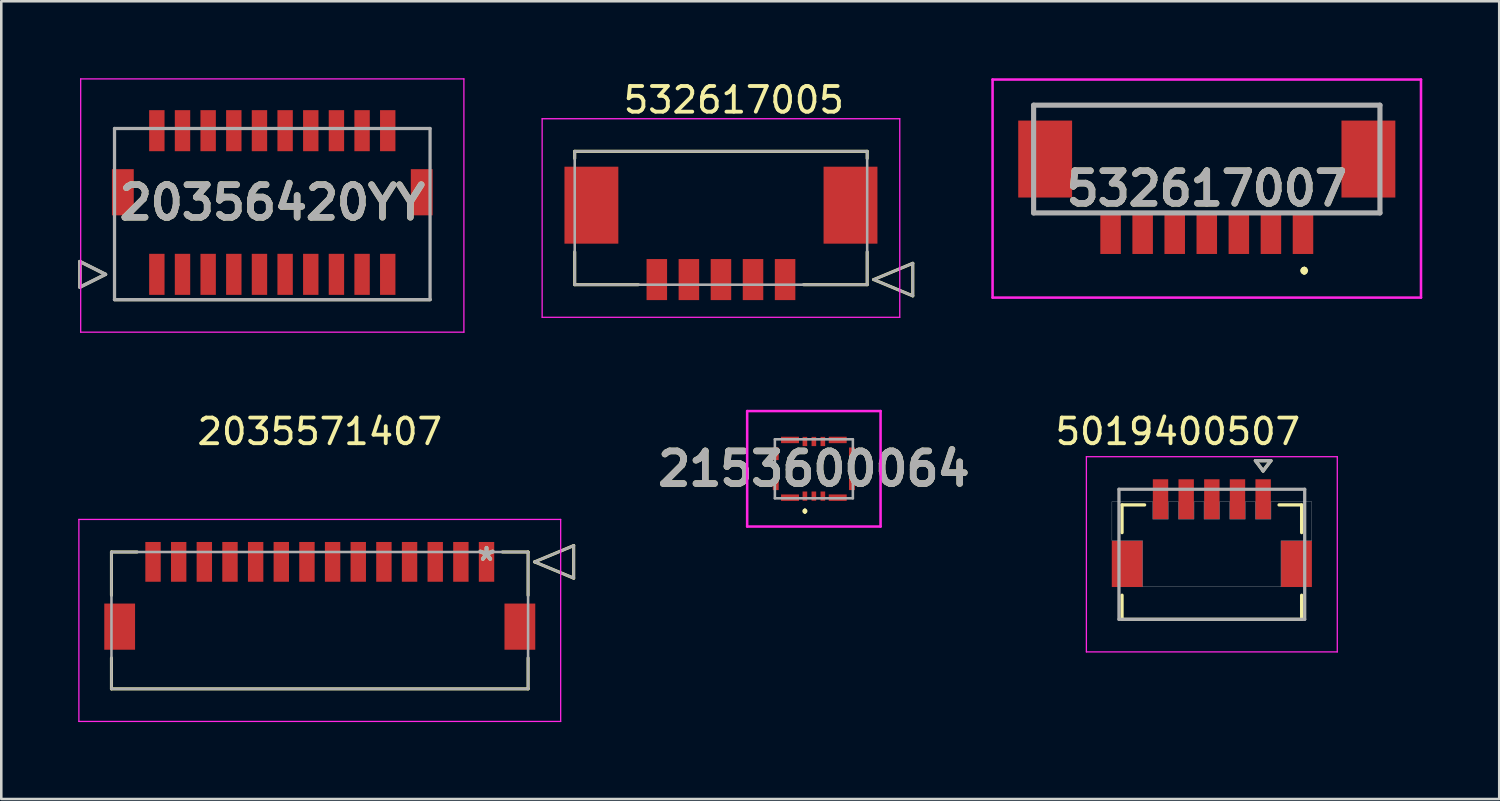
<source format=kicad_pcb>
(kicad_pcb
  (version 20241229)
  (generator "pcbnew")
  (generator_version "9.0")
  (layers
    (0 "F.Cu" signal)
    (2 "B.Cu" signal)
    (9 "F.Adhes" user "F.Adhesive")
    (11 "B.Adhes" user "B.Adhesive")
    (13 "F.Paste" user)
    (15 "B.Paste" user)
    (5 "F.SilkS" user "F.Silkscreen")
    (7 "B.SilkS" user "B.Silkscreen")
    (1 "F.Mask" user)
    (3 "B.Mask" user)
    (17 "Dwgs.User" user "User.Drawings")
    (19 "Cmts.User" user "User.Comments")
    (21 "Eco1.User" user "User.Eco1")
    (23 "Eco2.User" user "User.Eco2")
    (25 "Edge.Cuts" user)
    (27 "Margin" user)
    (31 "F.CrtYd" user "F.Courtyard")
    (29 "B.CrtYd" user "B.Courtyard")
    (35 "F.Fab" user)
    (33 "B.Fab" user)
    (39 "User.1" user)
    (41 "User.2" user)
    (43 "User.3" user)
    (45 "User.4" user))
  (footprint "2035571407"
    (layer "F.Cu")
    (at 15.915 18.852)
    (property "Reference" "2035571407" (at -6.5 -5.08 0) (layer "F.SilkS") (effects (font (size 1 1) (thickness 0.15))))
    (attr smd)
    (fp_line (start -14.62 -0.385) (end -14.62 1.305) (stroke (width 0.12) (type solid)) (layer "F.SilkS"))
    (fp_line (start -14.62 3.745) (end -14.62 4.95) (stroke (width 0.12) (type solid)) (layer "F.SilkS"))
    (fp_line (start -14.62 4.95) (end 1.62 4.95) (stroke (width 0.12) (type solid)) (layer "F.SilkS"))
    (fp_line (start -13.62 -0.385) (end -14.62 -0.385) (stroke (width 0.12) (type solid)) (layer "F.SilkS"))
    (fp_line (start 1.62 -0.385) (end 0.62 -0.385) (stroke (width 0.12) (type solid)) (layer "F.SilkS"))
    (fp_line (start 1.62 1.305) (end 1.62 -0.385) (stroke (width 0.12) (type solid)) (layer "F.SilkS"))
    (fp_line (start 1.62 4.95) (end 1.62 3.745) (stroke (width 0.12) (type solid)) (layer "F.SilkS"))
    (fp_line (start 1.874 0) (end 3.398 -0.635) (stroke (width 0.12) (type solid)) (layer "F.SilkS"))
    (fp_line (start 3.398 -0.635) (end 3.398 0.635) (stroke (width 0.12) (type solid)) (layer "F.SilkS"))
    (fp_line (start 3.398 0.635) (end 1.874 0) (stroke (width 0.12) (type solid)) (layer "F.SilkS"))
    (fp_line (start -15.89 -1.655) (end -15.89 6.22) (stroke (width 0.05) (type solid)) (layer "F.CrtYd"))
    (fp_line (start -15.89 6.22) (end 2.89 6.22) (stroke (width 0.05) (type solid)) (layer "F.CrtYd"))
    (fp_line (start 2.89 -1.655) (end -15.89 -1.655) (stroke (width 0.05) (type solid)) (layer "F.CrtYd"))
    (fp_line (start 2.89 6.22) (end 2.89 -1.655) (stroke (width 0.05) (type solid)) (layer "F.CrtYd"))
    (fp_line (start -14.62 -0.385) (end -14.62 4.95) (stroke (width 0.1) (type solid)) (layer "F.Fab"))
    (fp_line (start -14.62 4.95) (end 1.62 4.95) (stroke (width 0.1) (type solid)) (layer "F.Fab"))
    (fp_line (start 1.62 -0.385) (end -14.62 -0.385) (stroke (width 0.1) (type solid)) (layer "F.Fab"))
    (fp_line (start 1.62 4.95) (end 1.62 -0.385) (stroke (width 0.1) (type solid)) (layer "F.Fab"))
    (fp_line (start 1.874 0) (end 3.398 -0.635) (stroke (width 0.1) (type solid)) (layer "F.Fab"))
    (fp_line (start 3.398 -0.635) (end 3.398 0.635) (stroke (width 0.1) (type solid)) (layer "F.Fab"))
    (fp_line (start 3.398 0.635) (end 1.874 0) (stroke (width 0.1) (type solid)) (layer "F.Fab"))
    (fp_text user "*" (at 0 0 0) (layer "F.SilkS") (effects (font (size 1 1) (thickness 0.15))))
    (fp_text user "*" (at 0 0 0) (layer "F.Fab") (effects (font (size 1 1) (thickness 0.15))))
    (pad "1" smd rect (at 0 0) (size 0.6 1.55) (layers "F.Cu" "F.Mask" "F.Paste"))
    (pad "2" smd rect (at -1 0) (size 0.6 1.55) (layers "F.Cu" "F.Mask" "F.Paste"))
    (pad "3" smd rect (at -2 0) (size 0.6 1.55) (layers "F.Cu" "F.Mask" "F.Paste"))
    (pad "4" smd rect (at -3 0) (size 0.6 1.55) (layers "F.Cu" "F.Mask" "F.Paste"))
    (pad "5" smd rect (at -4 0) (size 0.6 1.55) (layers "F.Cu" "F.Mask" "F.Paste"))
    (pad "6" smd rect (at -5 0) (size 0.6 1.55) (layers "F.Cu" "F.Mask" "F.Paste"))
    (pad "7" smd rect (at -6 0) (size 0.6 1.55) (layers "F.Cu" "F.Mask" "F.Paste"))
    (pad "8" smd rect (at -7 0) (size 0.6 1.55) (layers "F.Cu" "F.Mask" "F.Paste"))
    (pad "9" smd rect (at -8 0) (size 0.6 1.55) (layers "F.Cu" "F.Mask" "F.Paste"))
    (pad "10" smd rect (at -9 0) (size 0.6 1.55) (layers "F.Cu" "F.Mask" "F.Paste"))
    (pad "11" smd rect (at -10 0) (size 0.6 1.55) (layers "F.Cu" "F.Mask" "F.Paste"))
    (pad "12" smd rect (at -11 0) (size 0.6 1.55) (layers "F.Cu" "F.Mask" "F.Paste"))
    (pad "13" smd rect (at -12 0) (size 0.6 1.55) (layers "F.Cu" "F.Mask" "F.Paste"))
    (pad "14" smd rect (at -13 0) (size 0.6 1.55) (layers "F.Cu" "F.Mask" "F.Paste"))
    (pad "15" smd rect (at 1.3 2.525) (size 1.2 1.8) (layers "F.Cu" "F.Mask" "F.Paste"))
    (pad "16" smd rect (at -14.3 2.525) (size 1.2 1.8) (layers "F.Cu" "F.Mask" "F.Paste")))
  (footprint "20356420YY"
    (layer "F.Cu")
    (at 7.564 4.844)
    (property "Reference" "20356420YY" (at 0 0 0) (layer "F.SilkS") (effects (font (size 1.27 1.27) (thickness 0.254))))
    (attr smd)
    (fp_line (start -7.5 2.3) (end -6.5 2.8) (stroke (width 0.127) (type solid)) (layer "F.SilkS"))
    (fp_line (start -7.5 3.3) (end -7.5 2.3) (stroke (width 0.127) (type solid)) (layer "F.SilkS"))
    (fp_line (start -6.5 2.8) (end -7.5 3.3) (stroke (width 0.127) (type solid)) (layer "F.SilkS"))
    (fp_line (start 6.15 3.785) (end -6.15 3.785) (stroke (width 0.127) (type solid)) (layer "F.SilkS"))
    (fp_line (start -7.469 -4.819) (end 7.469 -4.819) (stroke (width 0.05) (type solid)) (layer "F.CrtYd"))
    (fp_line (start -7.469 5.055) (end -7.469 -4.819) (stroke (width 0.05) (type solid)) (layer "F.CrtYd"))
    (fp_line (start 7.469 -4.819) (end 7.469 5.055) (stroke (width 0.05) (type solid)) (layer "F.CrtYd"))
    (fp_line (start 7.469 5.055) (end -7.469 5.055) (stroke (width 0.05) (type solid)) (layer "F.CrtYd"))
    (fp_line (start -7.5 2.3) (end -6.5 2.8) (stroke (width 0.127) (type solid)) (layer "F.Fab"))
    (fp_line (start -7.5 3.3) (end -7.5 2.3) (stroke (width 0.127) (type solid)) (layer "F.Fab"))
    (fp_line (start -6.5 2.8) (end -7.5 3.3) (stroke (width 0.127) (type solid)) (layer "F.Fab"))
    (fp_line (start -6.15 -2.885) (end 6.15 -2.885) (stroke (width 0.127) (type solid)) (layer "F.Fab"))
    (fp_line (start -6.15 3.785) (end -6.15 -2.885) (stroke (width 0.127) (type solid)) (layer "F.Fab"))
    (fp_line (start 6.15 -2.885) (end 6.15 3.785) (stroke (width 0.127) (type solid)) (layer "F.Fab"))
    (fp_line (start 6.15 3.785) (end -6.15 3.785) (stroke (width 0.127) (type solid)) (layer "F.Fab"))
    (fp_text user "${REFERENCE}" (at 0 0 0) (layer "F.Fab") (effects (font (size 1.27 1.27) (thickness 0.254))))
    (pad "1" smd rect (at -4.5 2.8) (size 0.6 1.6) (layers "F.Cu" "F.Mask" "F.Paste"))
    (pad "2" smd rect (at -4.5 -2.8) (size 0.6 1.6) (layers "F.Cu" "F.Mask" "F.Paste"))
    (pad "3" smd rect (at -3.5 2.8) (size 0.6 1.6) (layers "F.Cu" "F.Mask" "F.Paste"))
    (pad "4" smd rect (at -3.5 -2.8) (size 0.6 1.6) (layers "F.Cu" "F.Mask" "F.Paste"))
    (pad "5" smd rect (at -2.5 2.8) (size 0.6 1.6) (layers "F.Cu" "F.Mask" "F.Paste"))
    (pad "6" smd rect (at -2.5 -2.8) (size 0.6 1.6) (layers "F.Cu" "F.Mask" "F.Paste"))
    (pad "7" smd rect (at -1.5 2.8) (size 0.6 1.6) (layers "F.Cu" "F.Mask" "F.Paste"))
    (pad "8" smd rect (at -1.5 -2.8) (size 0.6 1.6) (layers "F.Cu" "F.Mask" "F.Paste"))
    (pad "9" smd rect (at -0.5 2.8) (size 0.6 1.6) (layers "F.Cu" "F.Mask" "F.Paste"))
    (pad "10" smd rect (at -0.5 -2.8) (size 0.6 1.6) (layers "F.Cu" "F.Mask" "F.Paste"))
    (pad "11" smd rect (at 0.5 2.8) (size 0.6 1.6) (layers "F.Cu" "F.Mask" "F.Paste"))
    (pad "12" smd rect (at 0.5 -2.8) (size 0.6 1.6) (layers "F.Cu" "F.Mask" "F.Paste"))
    (pad "13" smd rect (at 1.5 2.8) (size 0.6 1.6) (layers "F.Cu" "F.Mask" "F.Paste"))
    (pad "14" smd rect (at 1.5 -2.8) (size 0.6 1.6) (layers "F.Cu" "F.Mask" "F.Paste"))
    (pad "15" smd rect (at 2.5 2.8) (size 0.6 1.6) (layers "F.Cu" "F.Mask" "F.Paste"))
    (pad "16" smd rect (at 2.5 -2.8) (size 0.6 1.6) (layers "F.Cu" "F.Mask" "F.Paste"))
    (pad "17" smd rect (at 3.5 2.8) (size 0.6 1.6) (layers "F.Cu" "F.Mask" "F.Paste"))
    (pad "18" smd rect (at 3.5 -2.8) (size 0.6 1.6) (layers "F.Cu" "F.Mask" "F.Paste"))
    (pad "19" smd rect (at 4.5 2.8) (size 0.6 1.6) (layers "F.Cu" "F.Mask" "F.Paste"))
    (pad "20" smd rect (at 4.5 -2.8) (size 0.6 1.6) (layers "F.Cu" "F.Mask" "F.Paste"))
    (pad "21" smd rect (at -5.825 -0.4) (size 0.85 1.8) (layers "F.Cu" "F.Mask" "F.Paste"))
    (pad "22" smd rect (at 5.825 -0.4) (size 0.85 1.8) (layers "F.Cu" "F.Mask" "F.Paste")))
  (footprint "532617005"
    (layer "F.Cu")
    (at 27.553 7.848)
    (property "Reference" "532617005" (at -2 -7 0) (layer "F.SilkS") (effects (font (size 1 1) (thickness 0.15))))
    (attr through_hole)
    (fp_line (start -8.2 -5) (end -8.2 -4.72) (stroke (width 0.12) (type solid)) (layer "F.SilkS"))
    (fp_line (start -8.2 -1.08) (end -8.2 0.2) (stroke (width 0.12) (type solid)) (layer "F.SilkS"))
    (fp_line (start -8.2 0.2) (end -5.72 0.2) (stroke (width 0.12) (type solid)) (layer "F.SilkS"))
    (fp_line (start 0.72 0.2) (end 3.2 0.2) (stroke (width 0.12) (type solid)) (layer "F.SilkS"))
    (fp_line (start 3.2 -5) (end -8.2 -5) (stroke (width 0.12) (type solid)) (layer "F.SilkS"))
    (fp_line (start 3.2 -4.72) (end 3.2 -5) (stroke (width 0.12) (type solid)) (layer "F.SilkS"))
    (fp_line (start 3.2 0.2) (end 3.2 -1.08) (stroke (width 0.12) (type solid)) (layer "F.SilkS"))
    (fp_line (start 3.454 0) (end 4.978 -0.635) (stroke (width 0.12) (type solid)) (layer "F.SilkS"))
    (fp_line (start 4.978 -0.635) (end 4.978 0.635) (stroke (width 0.12) (type solid)) (layer "F.SilkS"))
    (fp_line (start 4.978 0.635) (end 3.454 0) (stroke (width 0.12) (type solid)) (layer "F.SilkS"))
    (fp_line (start -9.47 -6.27) (end -9.47 1.47) (stroke (width 0.05) (type solid)) (layer "F.CrtYd"))
    (fp_line (start -9.47 1.47) (end 4.47 1.47) (stroke (width 0.05) (type solid)) (layer "F.CrtYd"))
    (fp_line (start 4.47 -6.27) (end -9.47 -6.27) (stroke (width 0.05) (type solid)) (layer "F.CrtYd"))
    (fp_line (start 4.47 1.47) (end 4.47 -6.27) (stroke (width 0.05) (type solid)) (layer "F.CrtYd"))
    (fp_line (start -8.2 -5) (end -8.2 0.2) (stroke (width 0.1) (type solid)) (layer "F.Fab"))
    (fp_line (start -8.2 0.2) (end 3.2 0.2) (stroke (width 0.1) (type solid)) (layer "F.Fab"))
    (fp_line (start 3.2 -5) (end -8.2 -5) (stroke (width 0.1) (type solid)) (layer "F.Fab"))
    (fp_line (start 3.2 0.2) (end 3.2 -5) (stroke (width 0.1) (type solid)) (layer "F.Fab"))
    (fp_line (start 3.454 0) (end 4.978 -0.635) (stroke (width 0.1) (type solid)) (layer "F.Fab"))
    (fp_line (start 4.978 -0.635) (end 4.978 0.635) (stroke (width 0.1) (type solid)) (layer "F.Fab"))
    (fp_line (start 4.978 0.635) (end 3.454 0) (stroke (width 0.1) (type solid)) (layer "F.Fab"))
    (pad "1" smd rect (at 0 0) (size 0.8 1.6) (layers "F.Cu" "F.Mask" "F.Paste"))
    (pad "2" smd rect (at -1.25 0) (size 0.8 1.6) (layers "F.Cu" "F.Mask" "F.Paste"))
    (pad "3" smd rect (at -2.5 0) (size 0.8 1.6) (layers "F.Cu" "F.Mask" "F.Paste"))
    (pad "4" smd rect (at -3.75 0) (size 0.8 1.6) (layers "F.Cu" "F.Mask" "F.Paste"))
    (pad "5" smd rect (at -5 0) (size 0.8 1.6) (layers "F.Cu" "F.Mask" "F.Paste"))
    (pad "6" smd rect (at 2.55 -2.9) (size 2.1 3) (layers "F.Cu" "F.Mask" "F.Paste"))
    (pad "7" smd rect (at -7.55 -2.9) (size 2.1 3) (layers "F.Cu" "F.Mask" "F.Paste")))
  (footprint "532617007"
    (layer "F.Cu")
    (at 43.991 3.15)
    (property "Reference" "532617007" (at 0 1.15 0) (layer "F.SilkS") (effects (font (size 1.27 1.27) (thickness 0.254))))
    (attr smd)
    (fp_line (start -6.75 -2.1) (end 6.75 -2.1) (stroke (width 0.1) (type solid)) (layer "F.SilkS"))
    (fp_line (start -6.75 -1.7) (end -6.75 -2.1) (stroke (width 0.1) (type solid)) (layer "F.SilkS"))
    (fp_line (start 3.8 4.3) (end 3.8 4.3) (stroke (width 0.2) (type solid)) (layer "F.SilkS"))
    (fp_line (start 3.8 4.3) (end 3.8 4.3) (stroke (width 0.2) (type solid)) (layer "F.SilkS"))
    (fp_line (start 3.8 4.4) (end 3.8 4.4) (stroke (width 0.2) (type solid)) (layer "F.SilkS"))
    (fp_line (start 6.75 -2.1) (end 6.75 -1.7) (stroke (width 0.1) (type solid)) (layer "F.SilkS"))
    (fp_arc (start 3.8 4.3) (mid 3.85 4.35) (end 3.8 4.4) (stroke (width 0.2) (type solid)) (layer "F.SilkS"))
    (fp_arc (start 3.8 4.4) (mid 3.75 4.35) (end 3.8 4.3) (stroke (width 0.2) (type solid)) (layer "F.SilkS"))
    (fp_arc (start 3.8 4.4) (mid 3.75 4.35) (end 3.8 4.3) (stroke (width 0.2) (type solid)) (layer "F.SilkS"))
    (fp_line (start -8.35 -3.1) (end 8.35 -3.1) (stroke (width 0.1) (type solid)) (layer "F.CrtYd"))
    (fp_line (start -8.35 5.4) (end -8.35 -3.1) (stroke (width 0.1) (type solid)) (layer "F.CrtYd"))
    (fp_line (start 8.35 -3.1) (end 8.35 5.4) (stroke (width 0.1) (type solid)) (layer "F.CrtYd"))
    (fp_line (start 8.35 5.4) (end -8.35 5.4) (stroke (width 0.1) (type solid)) (layer "F.CrtYd"))
    (fp_line (start -6.75 -2.1) (end 6.75 -2.1) (stroke (width 0.2) (type solid)) (layer "F.Fab"))
    (fp_line (start -6.75 2.1) (end -6.75 -2.1) (stroke (width 0.2) (type solid)) (layer "F.Fab"))
    (fp_line (start 6.75 -2.1) (end 6.75 2.1) (stroke (width 0.2) (type solid)) (layer "F.Fab"))
    (fp_line (start 6.75 2.1) (end -6.75 2.1) (stroke (width 0.2) (type solid)) (layer "F.Fab"))
    (fp_text user "${REFERENCE}" (at 0 1.15 0) (layer "F.Fab") (effects (font (size 1.27 1.27) (thickness 0.254))))
    (pad "1" smd rect (at 3.75 2.9) (size 0.8 1.6) (layers "F.Cu" "F.Mask" "F.Paste"))
    (pad "2" smd rect (at 2.5 2.9) (size 0.8 1.6) (layers "F.Cu" "F.Mask" "F.Paste"))
    (pad "3" smd rect (at 1.25 2.9) (size 0.8 1.6) (layers "F.Cu" "F.Mask" "F.Paste"))
    (pad "4" smd rect (at 0 2.9) (size 0.8 1.6) (layers "F.Cu" "F.Mask" "F.Paste"))
    (pad "5" smd rect (at -1.25 2.9) (size 0.8 1.6) (layers "F.Cu" "F.Mask" "F.Paste"))
    (pad "6" smd rect (at -2.5 2.9) (size 0.8 1.6) (layers "F.Cu" "F.Mask" "F.Paste"))
    (pad "7" smd rect (at -3.75 2.9) (size 0.8 1.6) (layers "F.Cu" "F.Mask" "F.Paste"))
    (pad "MP1" smd rect (at -6.3 0) (size 2.1 3) (layers "F.Cu" "F.Mask" "F.Paste"))
    (pad "MP2" smd rect (at 6.3 0) (size 2.1 3) (layers "F.Cu" "F.Mask" "F.Paste")))
  (footprint "2153600064"
    (layer "F.Cu")
    (at 28.675 15.224)
    (property "Reference" "2153600064" (at 0 0 0) (layer "F.SilkS") (effects (font (size 1.27 1.27) (thickness 0.254))))
    (attr smd)
    (fp_line (start -0.35 1.6) (end -0.35 1.6) (stroke (width 0.1) (type solid)) (layer "F.SilkS"))
    (fp_line (start -0.35 1.7) (end -0.35 1.7) (stroke (width 0.1) (type solid)) (layer "F.SilkS"))
    (fp_arc (start -0.35 1.6) (mid -0.3 1.65) (end -0.35 1.7) (stroke (width 0.1) (type solid)) (layer "F.SilkS"))
    (fp_arc (start -0.35 1.7) (mid -0.4 1.65) (end -0.35 1.6) (stroke (width 0.1) (type solid)) (layer "F.SilkS"))
    (fp_line (start -2.6 -2.25) (end 2.6 -2.25) (stroke (width 0.1) (type solid)) (layer "F.CrtYd"))
    (fp_line (start -2.6 2.25) (end -2.6 -2.25) (stroke (width 0.1) (type solid)) (layer "F.CrtYd"))
    (fp_line (start 2.6 -2.25) (end 2.6 2.25) (stroke (width 0.1) (type solid)) (layer "F.CrtYd"))
    (fp_line (start 2.6 2.25) (end -2.6 2.25) (stroke (width 0.1) (type solid)) (layer "F.CrtYd"))
    (fp_line (start -1.52 -1.15) (end 1.52 -1.15) (stroke (width 0.1) (type solid)) (layer "F.Fab"))
    (fp_line (start -1.52 1.15) (end -1.52 -1.15) (stroke (width 0.1) (type solid)) (layer "F.Fab"))
    (fp_line (start 1.52 -1.15) (end 1.52 1.15) (stroke (width 0.1) (type solid)) (layer "F.Fab"))
    (fp_line (start 1.52 1.15) (end -1.52 1.15) (stroke (width 0.1) (type solid)) (layer "F.Fab"))
    (fp_text user "${REFERENCE}" (at 0 0 0) (layer "F.Fab") (effects (font (size 1.27 1.27) (thickness 0.254))))
    (pad "1" smd rect (at -0.35 1.065) (size 0.18 0.36) (layers "F.Cu" "F.Mask" "F.Paste"))
    (pad "2" smd rect (at 0 1.065) (size 0.18 0.36) (layers "F.Cu" "F.Mask" "F.Paste"))
    (pad "3" smd rect (at 0.35 1.065) (size 0.18 0.36) (layers "F.Cu" "F.Mask" "F.Paste"))
    (pad "4" smd rect (at 0.35 -1.065) (size 0.18 0.36) (layers "F.Cu" "F.Mask" "F.Paste"))
    (pad "5" smd rect (at 0 -1.065) (size 0.18 0.36) (layers "F.Cu" "F.Mask" "F.Paste"))
    (pad "6" smd rect (at -0.35 -1.065) (size 0.18 0.36) (layers "F.Cu" "F.Mask" "F.Paste"))
    (pad "7" smd rect (at -1.485 -0.585) (size 0.23 0.49) (layers "F.Cu" "F.Mask" "F.Paste"))
    (pad "8" smd rect (at -1.485 0.585) (size 0.23 0.49) (layers "F.Cu" "F.Mask" "F.Paste"))
    (pad "9" smd rect (at 1.485 0.585) (size 0.23 0.49) (layers "F.Cu" "F.Mask" "F.Paste"))
    (pad "10" smd rect (at 1.485 -0.585) (size 0.23 0.49) (layers "F.Cu" "F.Mask" "F.Paste"))
    (pad "MP1" smd rect (at -0.93 1.125 90) (size 0.25 0.7) (layers "F.Cu" "F.Mask" "F.Paste"))
    (pad "MP2" smd rect (at 0.93 1.125 90) (size 0.25 0.7) (layers "F.Cu" "F.Mask" "F.Paste"))
    (pad "MP3" smd rect (at 0.93 -1.125 90) (size 0.25 0.7) (layers "F.Cu" "F.Mask" "F.Paste"))
    (pad "MP4" smd rect (at -0.93 -1.125 90) (size 0.25 0.7) (layers "F.Cu" "F.Mask" "F.Paste")))
  (footprint "5019400507"
    (layer "F.Cu")
    (at 44.188 18.557)
    (property "Reference" "5019400507" (at -1.325 -4.785 0) (layer "F.SilkS") (effects (font (size 1 1) (thickness 0.15))))
    (attr through_hole)
    (fp_poly (pts (xy -3.976 -0.601) (xy -2.624 -0.601) (xy -2.624 1.351) (xy -3.976 1.351)) (stroke (width 0.01) (type solid)) (fill yes) (layer "F.Mask"))
    (fp_poly (pts (xy -2.376 -3.001) (xy -1.624 -3.001) (xy -1.624 -1.299) (xy -2.376 -1.299)) (stroke (width 0.01) (type solid)) (fill yes) (layer "F.Mask"))
    (fp_poly (pts (xy -1.376 -3.001) (xy -0.624 -3.001) (xy -0.624 -1.299) (xy -1.376 -1.299)) (stroke (width 0.01) (type solid)) (fill yes) (layer "F.Mask"))
    (fp_poly (pts (xy -0.376 -3.001) (xy 0.376 -3.001) (xy 0.376 -1.299) (xy -0.376 -1.299)) (stroke (width 0.01) (type solid)) (fill yes) (layer "F.Mask"))
    (fp_poly (pts (xy 0.624 -3.001) (xy 1.376 -3.001) (xy 1.376 -1.299) (xy 0.624 -1.299)) (stroke (width 0.01) (type solid)) (fill yes) (layer "F.Mask"))
    (fp_poly (pts (xy 1.624 -3.001) (xy 2.376 -3.001) (xy 2.376 -1.299) (xy 1.624 -1.299)) (stroke (width 0.01) (type solid)) (fill yes) (layer "F.Mask"))
    (fp_poly (pts (xy 2.624 -0.601) (xy 3.976 -0.601) (xy 3.976 1.351) (xy 2.624 1.351)) (stroke (width 0.01) (type solid)) (fill yes) (layer "F.Mask"))
    (fp_line (start -3.5 -1.925) (end -2.62 -1.925) (stroke (width 0.127) (type solid)) (layer "F.SilkS"))
    (fp_line (start -3.5 -0.845) (end -3.5 -1.925) (stroke (width 0.127) (type solid)) (layer "F.SilkS"))
    (fp_line (start -3.5 2.535) (end -3.5 1.595) (stroke (width 0.127) (type solid)) (layer "F.SilkS"))
    (fp_line (start 1.7 -3.65) (end 2.3 -3.65) (stroke (width 0.127) (type solid)) (layer "F.SilkS"))
    (fp_line (start 2 -3.25) (end 1.7 -3.65) (stroke (width 0.127) (type solid)) (layer "F.SilkS"))
    (fp_line (start 2.3 -3.65) (end 2 -3.25) (stroke (width 0.127) (type solid)) (layer "F.SilkS"))
    (fp_line (start 2.62 -1.925) (end 3.5 -1.925) (stroke (width 0.127) (type solid)) (layer "F.SilkS"))
    (fp_line (start 3.5 -1.925) (end 3.5 -0.845) (stroke (width 0.127) (type solid)) (layer "F.SilkS"))
    (fp_line (start 3.5 1.595) (end 3.5 2.535) (stroke (width 0.127) (type solid)) (layer "F.SilkS"))
    (fp_line (start 3.5 2.535) (end -3.5 2.535) (stroke (width 0.127) (type solid)) (layer "F.SilkS"))
    (fp_poly (pts (xy -3.895 -0.53) (xy -3.895 -2.055) (xy -2.305 -2.055) (xy -2.305 -1.37) (xy -1.695 -1.37) (xy -1.695 -2.055) (xy -1.305 -2.055) (xy -1.305 -1.37) (xy -0.695 -1.37) (xy -0.695 -2.055) (xy -0.305 -2.055) (xy -0.305 -1.37) (xy 0.305 -1.37) (xy 0.305 -2.055) (xy 0.695 -2.055) (xy 0.695 -1.37) (xy 1.305 -1.37) (xy 1.305 -2.055) (xy 1.695 -2.055) (xy 1.695 -1.37) (xy 2.305 -1.37) (xy 2.305 -2.055) (xy 3.895 -2.055) (xy 3.895 -0.53) (xy 2.695 -0.53) (xy 2.695 1.27) (xy -2.695 1.27) (xy -2.695 -0.53)) (stroke (width 0.01) (type solid)) (fill no) (layer "Dwgs.User"))
    (fp_line (start -4.89 -3.805) (end 4.89 -3.805) (stroke (width 0.05) (type solid)) (layer "F.CrtYd"))
    (fp_line (start -4.89 3.805) (end -4.89 -3.805) (stroke (width 0.05) (type solid)) (layer "F.CrtYd"))
    (fp_line (start -4.89 3.805) (end 4.89 3.805) (stroke (width 0.05) (type solid)) (layer "F.CrtYd"))
    (fp_line (start 4.89 -3.805) (end 4.89 3.805) (stroke (width 0.05) (type solid)) (layer "F.CrtYd"))
    (fp_line (start -3.62 -2.535) (end 3.62 -2.535) (stroke (width 0.127) (type solid)) (layer "F.Fab"))
    (fp_line (start -3.62 2.535) (end -3.62 -2.535) (stroke (width 0.127) (type solid)) (layer "F.Fab"))
    (fp_line (start 1.7 -3.65) (end 2.3 -3.65) (stroke (width 0.127) (type solid)) (layer "F.Fab"))
    (fp_line (start 2 -3.25) (end 1.7 -3.65) (stroke (width 0.127) (type solid)) (layer "F.Fab"))
    (fp_line (start 2.3 -3.65) (end 2 -3.25) (stroke (width 0.127) (type solid)) (layer "F.Fab"))
    (fp_line (start 3.62 -2.535) (end 3.62 2.535) (stroke (width 0.127) (type solid)) (layer "F.Fab"))
    (fp_line (start 3.62 2.535) (end -3.62 2.535) (stroke (width 0.127) (type solid)) (layer "F.Fab"))
    (pad "1" smd rect (at 2 -2.15) (size 0.6 1.55) (layers "F.Cu" "F.Paste"))
    (pad "2" smd rect (at 1 -2.15) (size 0.6 1.55) (layers "F.Cu" "F.Paste"))
    (pad "3" smd rect (at 0 -2.15) (size 0.6 1.55) (layers "F.Cu" "F.Paste"))
    (pad "4" smd rect (at -1 -2.15) (size 0.6 1.55) (layers "F.Cu" "F.Paste"))
    (pad "5" smd rect (at -2 -2.15) (size 0.6 1.55) (layers "F.Cu" "F.Paste"))
    (pad "S1" smd rect (at 3.3 0.375) (size 1.2 1.8) (layers "F.Cu" "F.Paste"))
    (pad "S2" smd rect (at -3.3 0.375) (size 1.2 1.8) (layers "F.Cu" "F.Paste")))
  (gr_rect
    (start -3 -3)
    (end 55.391 28.097)
    (stroke (width 0.1) (type default))
    (fill no)
    (layer "Edge.Cuts")))
</source>
